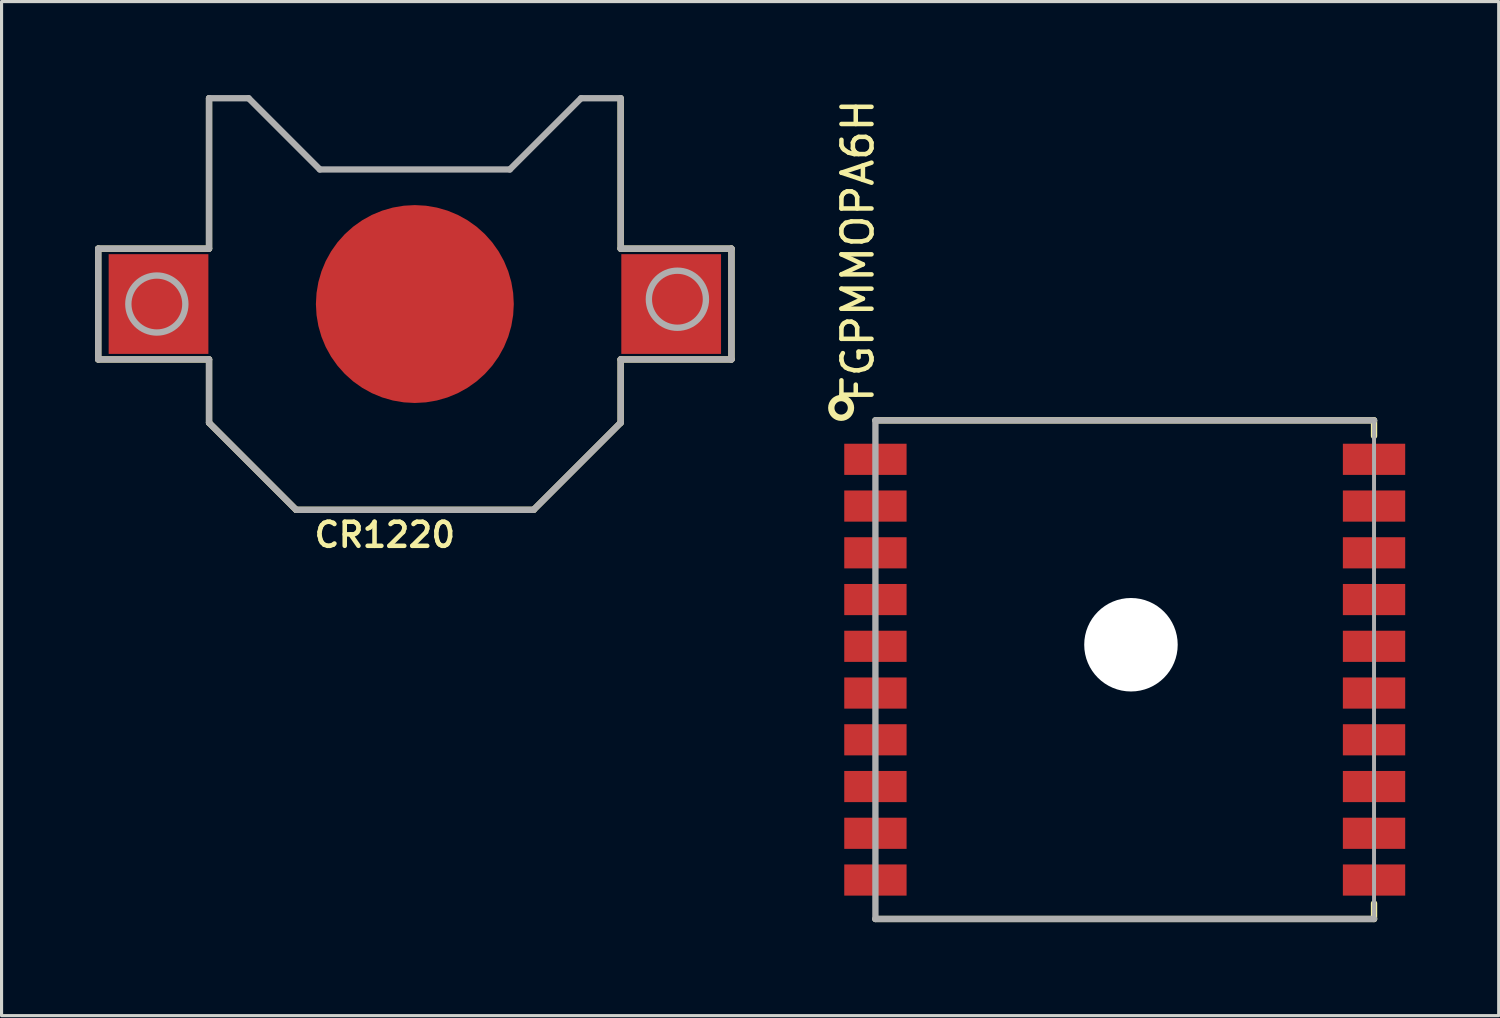
<source format=kicad_pcb>
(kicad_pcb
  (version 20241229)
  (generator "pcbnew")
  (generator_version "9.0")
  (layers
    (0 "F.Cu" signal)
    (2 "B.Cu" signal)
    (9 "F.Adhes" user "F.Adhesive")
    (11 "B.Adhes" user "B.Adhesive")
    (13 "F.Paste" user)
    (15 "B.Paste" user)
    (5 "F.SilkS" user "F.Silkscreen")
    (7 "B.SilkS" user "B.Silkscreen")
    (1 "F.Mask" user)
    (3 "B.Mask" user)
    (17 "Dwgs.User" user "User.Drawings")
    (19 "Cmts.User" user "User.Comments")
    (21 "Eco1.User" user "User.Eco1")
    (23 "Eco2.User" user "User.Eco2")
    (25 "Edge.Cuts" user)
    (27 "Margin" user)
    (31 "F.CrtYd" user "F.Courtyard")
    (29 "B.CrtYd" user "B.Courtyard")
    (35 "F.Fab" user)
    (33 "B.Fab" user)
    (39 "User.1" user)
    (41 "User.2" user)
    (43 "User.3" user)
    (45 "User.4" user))
  (footprint "CR1220"
    (layer "F.Cu")
    (at 10.262 6.706)
    (property "Reference" "CR1220" (at -3.302 7.86 0) (layer "F.SilkS") (effects (font (size 0.772 0.772) (thickness 0.146)) (justify left bottom)))
    (attr through_hole)
    (fp_circle (center 0 0) (end 3.141 0) (stroke (width 6.282) (type solid)) (fill no) (layer "F.Mask"))
    (fp_line (start -10.16 -1.778) (end -10.16 1.778) (stroke (width 0.203) (type solid)) (layer "F.SilkS"))
    (fp_line (start -10.16 1.778) (end -6.604 1.778) (stroke (width 0.203) (type solid)) (layer "F.SilkS"))
    (fp_line (start -6.604 -6.604) (end -6.604 -1.778) (stroke (width 0.203) (type solid)) (layer "F.SilkS"))
    (fp_line (start -6.604 -1.778) (end -10.16 -1.778) (stroke (width 0.203) (type solid)) (layer "F.SilkS"))
    (fp_line (start -6.604 1.778) (end -6.604 3.81) (stroke (width 0.203) (type solid)) (layer "F.SilkS"))
    (fp_line (start -6.604 3.81) (end -3.81 6.604) (stroke (width 0.203) (type solid)) (layer "F.SilkS"))
    (fp_line (start -3.81 6.604) (end 3.81 6.604) (stroke (width 0.203) (type solid)) (layer "F.SilkS"))
    (fp_line (start 3.81 6.604) (end 6.604 3.81) (stroke (width 0.203) (type solid)) (layer "F.SilkS"))
    (fp_line (start 6.604 -1.778) (end 6.604 -6.604) (stroke (width 0.203) (type solid)) (layer "F.SilkS"))
    (fp_line (start 6.604 1.778) (end 10.16 1.778) (stroke (width 0.203) (type solid)) (layer "F.SilkS"))
    (fp_line (start 6.604 3.81) (end 6.604 1.778) (stroke (width 0.203) (type solid)) (layer "F.SilkS"))
    (fp_line (start 10.16 -1.778) (end 6.604 -1.778) (stroke (width 0.203) (type solid)) (layer "F.SilkS"))
    (fp_line (start 10.16 1.778) (end 10.16 -1.778) (stroke (width 0.203) (type solid)) (layer "F.SilkS"))
    (fp_line (start -10.16 -1.778) (end -10.16 1.778) (stroke (width 0.203) (type solid)) (layer "F.Fab"))
    (fp_line (start -10.16 1.778) (end -6.604 1.778) (stroke (width 0.203) (type solid)) (layer "F.Fab"))
    (fp_line (start -6.604 -6.604) (end -6.604 -1.778) (stroke (width 0.203) (type solid)) (layer "F.Fab"))
    (fp_line (start -6.604 -1.778) (end -10.16 -1.778) (stroke (width 0.203) (type solid)) (layer "F.Fab"))
    (fp_line (start -6.604 1.778) (end -6.604 3.81) (stroke (width 0.203) (type solid)) (layer "F.Fab"))
    (fp_line (start -6.604 3.81) (end -3.81 6.604) (stroke (width 0.203) (type solid)) (layer "F.Fab"))
    (fp_line (start -5.334 -6.604) (end -6.604 -6.604) (stroke (width 0.203) (type solid)) (layer "F.Fab"))
    (fp_line (start -3.81 6.604) (end 3.81 6.604) (stroke (width 0.203) (type solid)) (layer "F.Fab"))
    (fp_line (start -3.048 -4.318) (end -5.334 -6.604) (stroke (width 0.203) (type solid)) (layer "F.Fab"))
    (fp_line (start 3.048 -4.318) (end -3.048 -4.318) (stroke (width 0.203) (type solid)) (layer "F.Fab"))
    (fp_line (start 3.81 6.604) (end 6.604 3.81) (stroke (width 0.203) (type solid)) (layer "F.Fab"))
    (fp_line (start 5.334 -6.604) (end 3.048 -4.318) (stroke (width 0.203) (type solid)) (layer "F.Fab"))
    (fp_line (start 6.604 -6.604) (end 5.334 -6.604) (stroke (width 0.203) (type solid)) (layer "F.Fab"))
    (fp_line (start 6.604 -1.778) (end 6.604 -6.604) (stroke (width 0.203) (type solid)) (layer "F.Fab"))
    (fp_line (start 6.604 1.778) (end 10.16 1.778) (stroke (width 0.203) (type solid)) (layer "F.Fab"))
    (fp_line (start 6.604 3.81) (end 6.604 1.778) (stroke (width 0.203) (type solid)) (layer "F.Fab"))
    (fp_line (start 10.16 -1.778) (end 6.604 -1.778) (stroke (width 0.203) (type solid)) (layer "F.Fab"))
    (fp_line (start 10.16 1.778) (end 10.16 -1.778) (stroke (width 0.203) (type solid)) (layer "F.Fab"))
    (fp_circle (center -8.279 0) (end -7.364 0) (stroke (width 0.203) (type solid)) (fill no) (layer "F.Fab"))
    (fp_circle (center 8.425 -0.154) (end 9.341 -0.154) (stroke (width 0.203) (type solid)) (fill no) (layer "F.Fab"))
    (pad "+$1" smd rect (at -8.225 0) (size 3.2 3.2) (layers "F.Cu" "F.Mask" "F.Paste"))
    (pad "+$2" smd rect (at 8.225 0) (size 3.2 3.2) (layers "F.Cu" "F.Mask" "F.Paste"))
    (pad "-" smd roundrect (at 0 0) (size 6.35 6.35) (layers "F.Cu" "F.Mask") (roundrect_rratio 0.5)))
  (footprint "FGPMMOPA6H"
    (layer "F.Cu")
    (at 33.041 18.439)
    (property "Reference" "FGPMMOPA6H" (at -8 -8.5 270) (layer "F.SilkS") (effects (font (size 0.965 0.965) (thickness 0.145)) (justify left bottom)))
    (attr through_hole)
    (fp_line (start -8 -8) (end 8 -8) (stroke (width 0.203) (type solid)) (layer "F.SilkS"))
    (fp_line (start 8 -8) (end 8 -7.5) (stroke (width 0.203) (type solid)) (layer "F.SilkS"))
    (fp_line (start 8 7.5) (end 8 8) (stroke (width 0.203) (type solid)) (layer "F.SilkS"))
    (fp_line (start 8 8) (end -8 8) (stroke (width 0.203) (type solid)) (layer "F.SilkS"))
    (fp_circle (center -9.1 -8.4) (end -8.784 -8.4) (stroke (width 0.203) (type solid)) (fill no) (layer "F.SilkS"))
    (fp_line (start -8 -8) (end 8 -8) (stroke (width 0.203) (type solid)) (layer "F.Fab"))
    (fp_line (start -8 8) (end -8 -8) (stroke (width 0.203) (type solid)) (layer "F.Fab"))
    (fp_line (start 8 -8) (end 8 8) (stroke (width 0.127) (type solid)) (layer "F.Fab"))
    (fp_line (start 8 8) (end -8 8) (stroke (width 0.203) (type solid)) (layer "F.Fab"))
    (pad "" np_thru_hole circle (at 0.2 -0.8) (size 3 3) (drill 3) (layers "*.Cu" "*.Mask"))
    (pad "P$1" smd rect (at -8 -6.75) (size 2 1) (layers "F.Cu" "F.Mask" "F.Paste"))
    (pad "P$2" smd rect (at -8 -5.25) (size 2 1) (layers "F.Cu" "F.Mask" "F.Paste"))
    (pad "P$3" smd rect (at -8 -3.75) (size 2 1) (layers "F.Cu" "F.Mask" "F.Paste"))
    (pad "P$4" smd rect (at -8 -2.25) (size 2 1) (layers "F.Cu" "F.Mask" "F.Paste"))
    (pad "P$5" smd rect (at -8 -0.75) (size 2 1) (layers "F.Cu" "F.Mask" "F.Paste"))
    (pad "P$6" smd rect (at -8 0.75) (size 2 1) (layers "F.Cu" "F.Mask" "F.Paste"))
    (pad "P$7" smd rect (at -8 2.25) (size 2 1) (layers "F.Cu" "F.Mask" "F.Paste"))
    (pad "P$8" smd rect (at -8 3.75) (size 2 1) (layers "F.Cu" "F.Mask" "F.Paste"))
    (pad "P$9" smd rect (at -8 5.25) (size 2 1) (layers "F.Cu" "F.Mask" "F.Paste"))
    (pad "P$10" smd rect (at -8 6.75) (size 2 1) (layers "F.Cu" "F.Mask" "F.Paste"))
    (pad "P$11" smd rect (at 8 6.75 180) (size 2 1) (layers "F.Cu" "F.Mask" "F.Paste"))
    (pad "P$12" smd rect (at 8 5.25 180) (size 2 1) (layers "F.Cu" "F.Mask" "F.Paste"))
    (pad "P$13" smd rect (at 8 3.75 180) (size 2 1) (layers "F.Cu" "F.Mask" "F.Paste"))
    (pad "P$14" smd rect (at 8 2.25 180) (size 2 1) (layers "F.Cu" "F.Mask" "F.Paste"))
    (pad "P$15" smd rect (at 8 0.75 180) (size 2 1) (layers "F.Cu" "F.Mask" "F.Paste"))
    (pad "P$16" smd rect (at 8 -0.75 180) (size 2 1) (layers "F.Cu" "F.Mask" "F.Paste"))
    (pad "P$17" smd rect (at 8 -2.25 180) (size 2 1) (layers "F.Cu" "F.Mask" "F.Paste"))
    (pad "P$18" smd rect (at 8 -3.75 180) (size 2 1) (layers "F.Cu" "F.Mask" "F.Paste"))
    (pad "P$19" smd rect (at 8 -5.25 180) (size 2 1) (layers "F.Cu" "F.Mask" "F.Paste"))
    (pad "P$20" smd rect (at 8 -6.75 180) (size 2 1) (layers "F.Cu" "F.Mask" "F.Paste")))
  (gr_rect
    (start -3 -3)
    (end 45.041 29.541)
    (stroke (width 0.1) (type default))
    (fill no)
    (layer "Edge.Cuts")))
</source>
